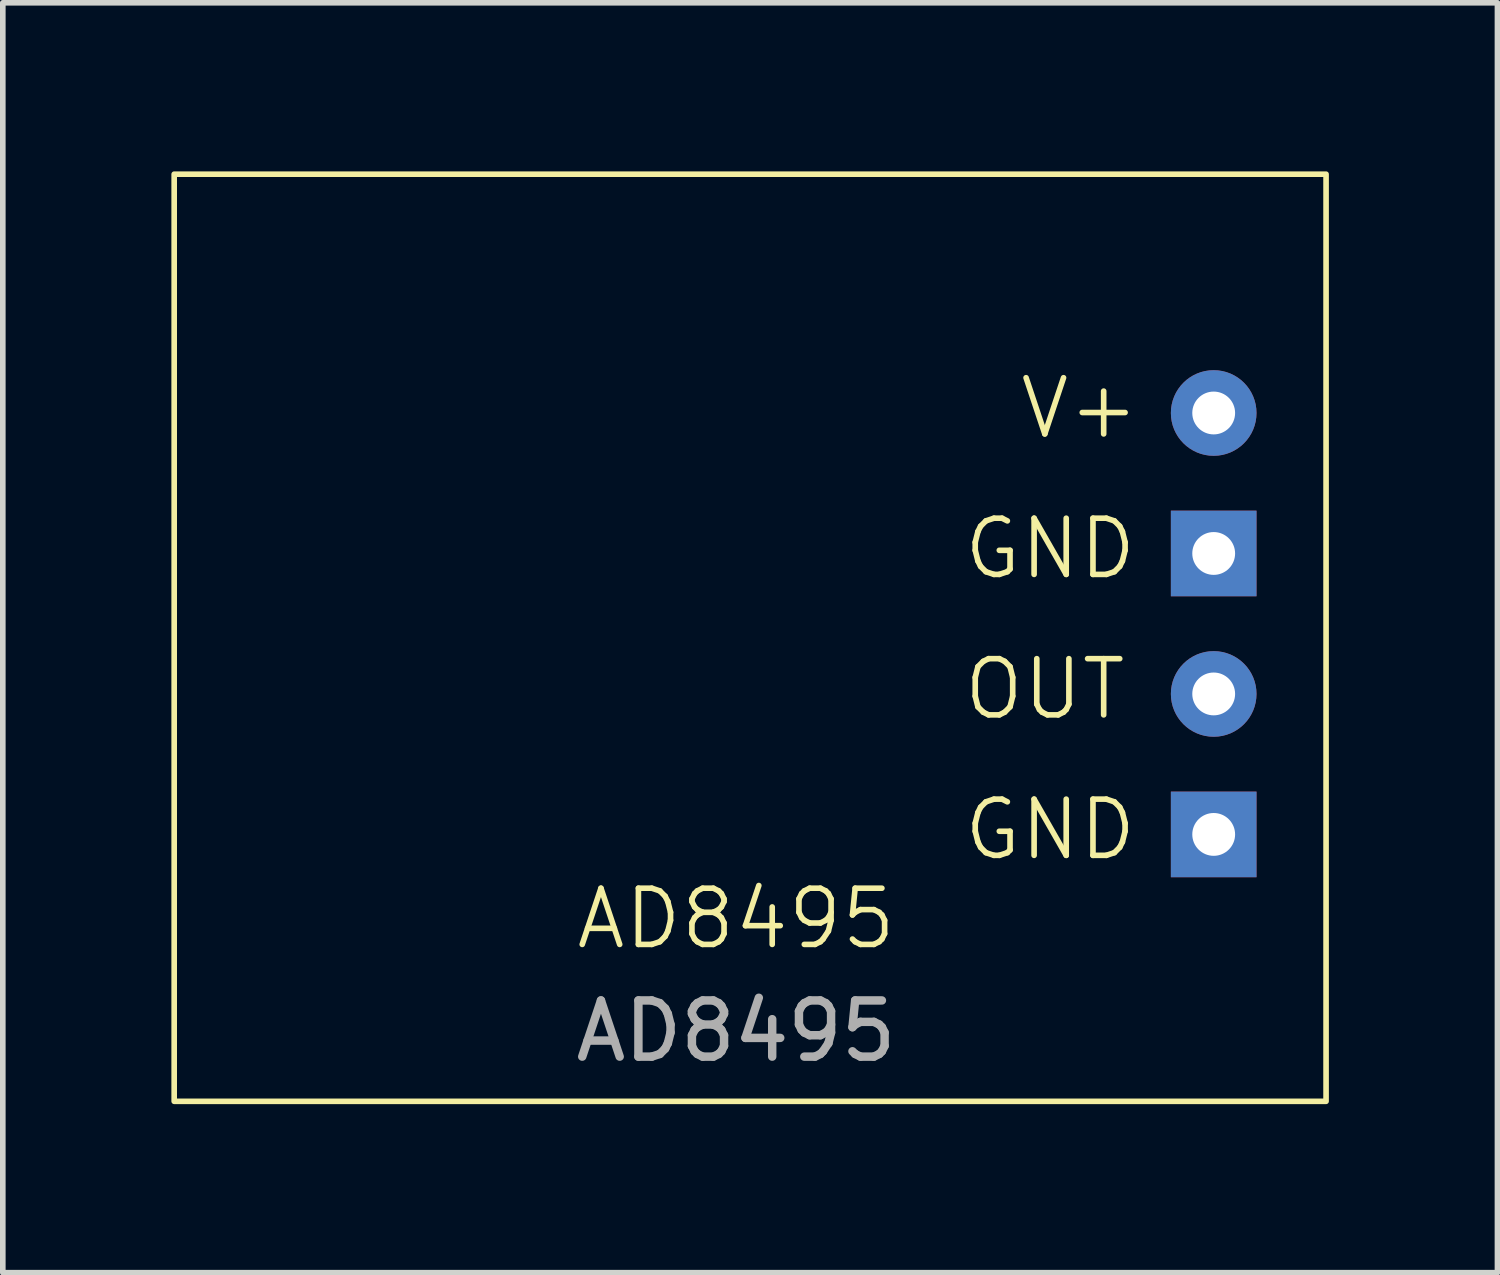
<source format=kicad_pcb>
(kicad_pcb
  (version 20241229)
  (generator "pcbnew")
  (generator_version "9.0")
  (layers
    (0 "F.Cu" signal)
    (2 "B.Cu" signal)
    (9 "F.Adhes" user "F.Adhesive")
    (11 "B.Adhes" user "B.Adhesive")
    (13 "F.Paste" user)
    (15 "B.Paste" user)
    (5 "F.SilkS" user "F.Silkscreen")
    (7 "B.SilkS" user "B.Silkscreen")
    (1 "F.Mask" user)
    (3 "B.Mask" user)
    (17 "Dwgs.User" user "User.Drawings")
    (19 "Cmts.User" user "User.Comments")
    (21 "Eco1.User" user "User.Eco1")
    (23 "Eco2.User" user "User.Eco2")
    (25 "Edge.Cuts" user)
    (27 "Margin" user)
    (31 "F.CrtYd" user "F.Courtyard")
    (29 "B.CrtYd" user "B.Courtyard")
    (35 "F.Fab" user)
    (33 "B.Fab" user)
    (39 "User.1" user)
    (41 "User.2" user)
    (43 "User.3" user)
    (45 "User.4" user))
  (footprint "AD8495"
    (layer "F.Cu")
    (at 10.05 7.3)
    (property "Reference" "AD8495" (at 0 6 0) (unlocked yes) (layer "F.SilkS") (effects (font (size 1 1) (thickness 0.1))))
    (attr through_hole)
    (fp_rect (start -10 -7.25) (end 10.5 9.25) (stroke (width 0.1) (type default)) (fill no) (layer "F.SilkS"))
    (fp_text user "OUT" (at 4 2.5 0) (unlocked yes) (layer "F.SilkS") (effects (font (size 1 1) (thickness 0.1)) (justify left bottom)))
    (fp_text user "GND" (at 4 0 0) (unlocked yes) (layer "F.SilkS") (effects (font (size 1 1) (thickness 0.1)) (justify left bottom)))
    (fp_text user "GND" (at 4 5 0) (unlocked yes) (layer "F.SilkS") (effects (font (size 1 1) (thickness 0.1)) (justify left bottom)))
    (fp_text user "V+" (at 5 -2.5 0) (unlocked yes) (layer "F.SilkS") (effects (font (size 1 1) (thickness 0.1)) (justify left bottom)))
    (fp_text user "${REFERENCE}" (at 0 8 0) (unlocked yes) (layer "F.Fab") (effects (font (size 1 1) (thickness 0.15))))
    (pad "GND" thru_hole rect (at 8.5 -0.5) (size 1.524 1.524) (drill 0.762) (layers "*.Cu" "*.Mask"))
    (pad "GND" thru_hole rect (at 8.5 4.5) (size 1.524 1.524) (drill 0.762) (layers "*.Cu" "*.Mask"))
    (pad "OUT" thru_hole circle (at 8.5 2) (size 1.524 1.524) (drill 0.762) (layers "*.Cu" "*.Mask"))
    (pad "V+" thru_hole circle (at 8.5 -3) (size 1.524 1.524) (drill 0.762) (layers "*.Cu" "*.Mask")))
  (gr_rect
    (start -3 -3)
    (end 23.6 19.6)
    (stroke (width 0.1) (type default))
    (fill no)
    (layer "Edge.Cuts")))
</source>
